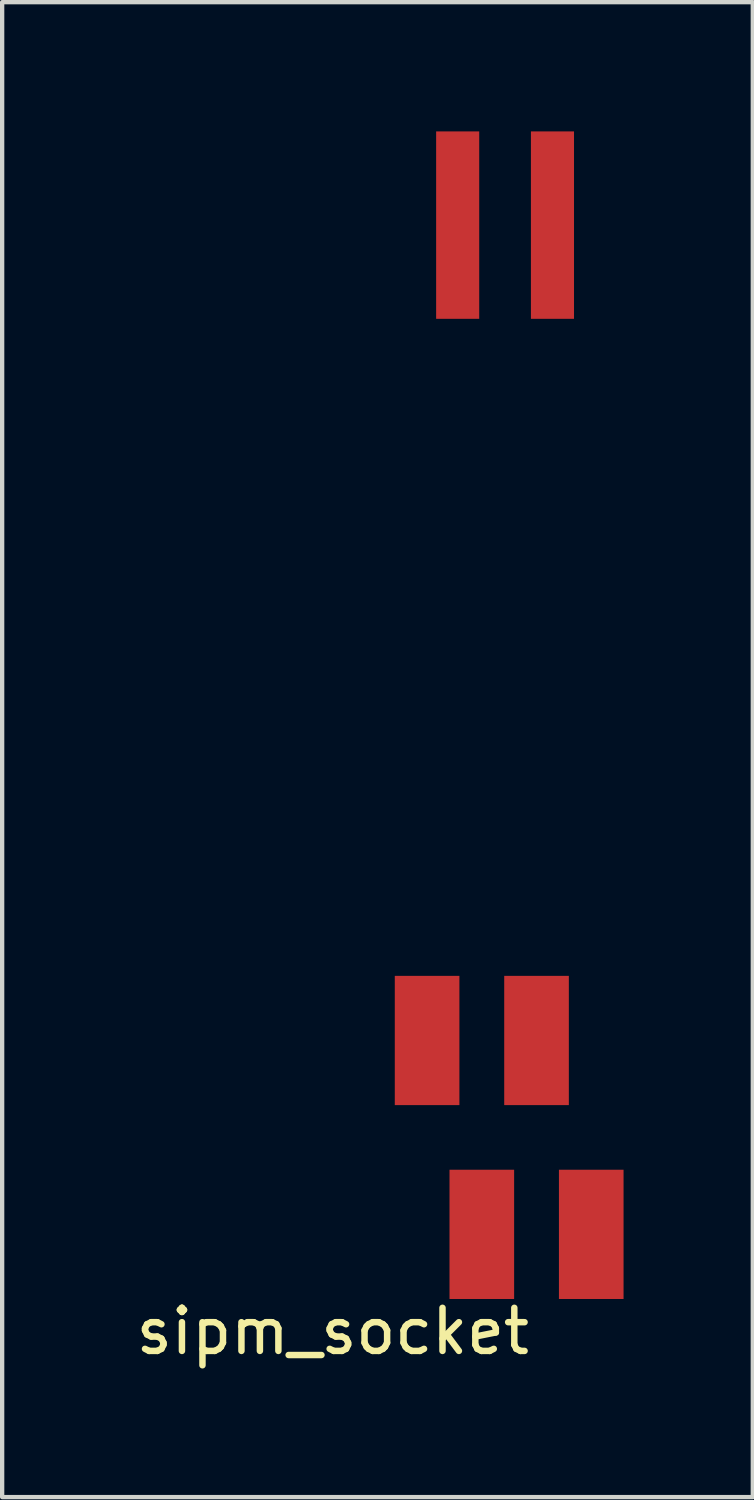
<source format=kicad_pcb>
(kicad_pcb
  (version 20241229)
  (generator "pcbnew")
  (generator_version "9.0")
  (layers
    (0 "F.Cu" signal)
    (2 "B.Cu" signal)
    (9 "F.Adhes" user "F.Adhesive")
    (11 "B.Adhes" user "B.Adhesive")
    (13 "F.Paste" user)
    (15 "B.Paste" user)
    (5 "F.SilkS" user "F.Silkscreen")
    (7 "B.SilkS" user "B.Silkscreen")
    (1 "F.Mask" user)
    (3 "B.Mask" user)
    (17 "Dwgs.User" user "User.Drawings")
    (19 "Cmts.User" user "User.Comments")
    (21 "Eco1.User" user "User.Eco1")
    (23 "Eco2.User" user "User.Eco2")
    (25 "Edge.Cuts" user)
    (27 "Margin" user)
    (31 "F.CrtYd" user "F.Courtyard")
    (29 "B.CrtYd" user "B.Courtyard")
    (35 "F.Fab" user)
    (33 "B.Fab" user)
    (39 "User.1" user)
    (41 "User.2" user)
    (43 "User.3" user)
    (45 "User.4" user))
  (footprint "sipm_socket"
    (layer "F.Cu")
    (at 4.673 27.35)
    (property "Reference" "sipm_socket" (at 0 0.5 0) (layer "F.SilkS") (effects (font (size 1 1) (thickness 0.15))))
    (attr through_hole)
    (pad "1" smd rect (at 6 -1.75) (size 1.5 3) (layers "F.Cu" "F.Mask" "F.Paste"))
    (pad "2" smd rect (at 4.73 -6.25) (size 1.5 3) (layers "F.Cu" "F.Mask" "F.Paste"))
    (pad "3" smd rect (at 3.46 -1.75) (size 1.5 3) (layers "F.Cu" "F.Mask" "F.Paste"))
    (pad "4" smd rect (at 2.19 -6.25) (size 1.5 3) (layers "F.Cu" "F.Mask" "F.Paste"))
    (pad "5" smd rect (at 5.1 -25.175) (size 1 4.35) (layers "F.Cu" "F.Mask" "F.Paste"))
    (pad "6" smd rect (at 2.9 -25.175) (size 1 4.35) (layers "F.Cu" "F.Mask" "F.Paste")))
  (gr_rect
    (start -3 -3)
    (end 14.423 31.698)
    (stroke (width 0.1) (type default))
    (fill no)
    (layer "Edge.Cuts")))
</source>
